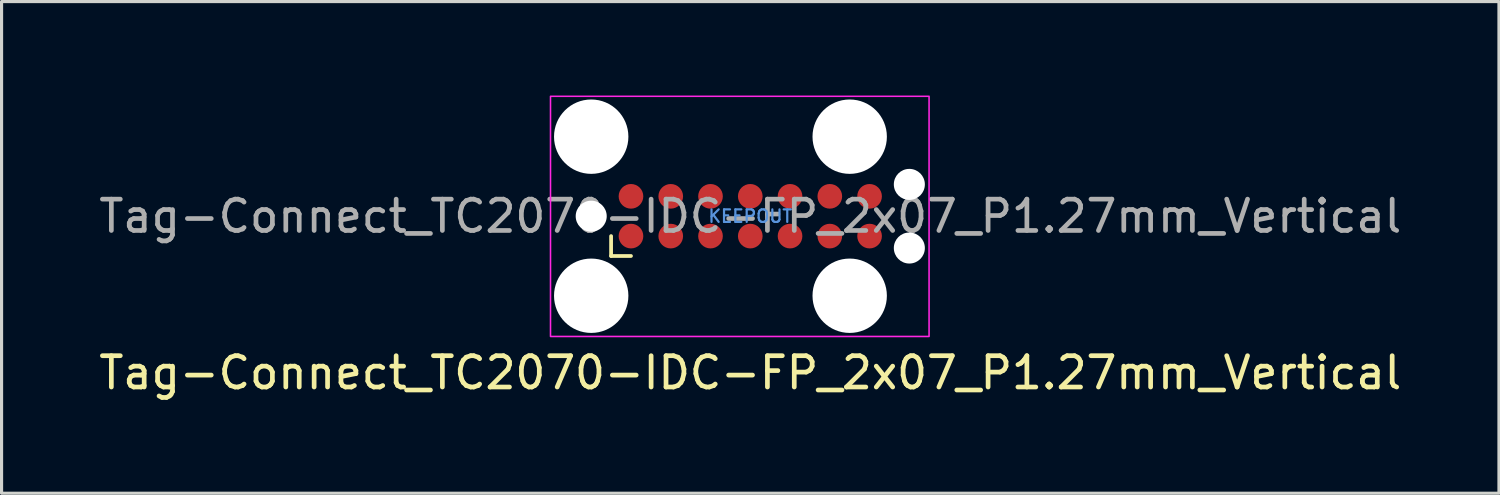
<source format=kicad_pcb>
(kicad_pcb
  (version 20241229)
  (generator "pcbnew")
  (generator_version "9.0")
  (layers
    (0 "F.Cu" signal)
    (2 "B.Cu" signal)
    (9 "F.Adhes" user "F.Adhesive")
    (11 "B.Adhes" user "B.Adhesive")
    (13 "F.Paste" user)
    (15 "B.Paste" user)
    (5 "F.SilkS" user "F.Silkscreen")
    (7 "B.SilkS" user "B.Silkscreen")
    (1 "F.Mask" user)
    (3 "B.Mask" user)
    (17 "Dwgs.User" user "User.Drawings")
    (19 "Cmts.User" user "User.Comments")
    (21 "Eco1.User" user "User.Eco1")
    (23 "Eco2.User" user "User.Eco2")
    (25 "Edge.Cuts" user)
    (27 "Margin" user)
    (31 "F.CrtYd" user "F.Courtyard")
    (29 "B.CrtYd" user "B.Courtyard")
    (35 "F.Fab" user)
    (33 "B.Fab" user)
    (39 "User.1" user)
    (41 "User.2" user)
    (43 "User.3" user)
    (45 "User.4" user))
  (footprint "Tag-Connect_TC2070-IDC-FP_2x07_P1.27mm_Vertical"
    (layer "F.Cu")
    (at 20.911 3.855)
    (property "Reference" "Tag-Connect_TC2070-IDC-FP_2x07_P1.27mm_Vertical" (at 0 5 0) (layer "F.SilkS") (effects (font (size 1 1) (thickness 0.15))))
    (attr exclude_from_pos_files exclude_from_bom allow_missing_courtyard dnp)
    (fp_line (start -4.445 0.635) (end -4.445 1.27) (stroke (width 0.12) (type solid)) (layer "F.SilkS"))
    (fp_line (start -4.445 1.27) (end -3.81 1.27) (stroke (width 0.12) (type solid)) (layer "F.SilkS"))
    (fp_rect (start -6.38 -3.83) (end 5.71 3.84) (stroke (width 0.05) (type solid)) (fill no) (layer "F.CrtYd"))
    (fp_text user "KEEPOUT" (at 0 0 0) (layer "Cmts.User") (effects (font (size 0.4 0.4) (thickness 0.07))))
    (fp_text user "${REFERENCE}" (at 0 0 0) (layer "F.Fab") (effects (font (size 1 1) (thickness 0.15))))
    (pad "" np_thru_hole circle (at -5.08 -2.54) (size 2.375 2.375) (drill 2.375) (layers "*.Cu" "*.Mask"))
    (pad "" np_thru_hole circle (at -5.08 0) (size 0.991 0.991) (drill 0.991) (layers "*.Cu" "*.Mask"))
    (pad "" np_thru_hole circle (at -5.08 2.54) (size 2.375 2.375) (drill 2.375) (layers "*.Cu" "*.Mask"))
    (pad "" np_thru_hole circle (at 3.175 -2.54) (size 2.375 2.375) (drill 2.375) (layers "*.Cu" "*.Mask"))
    (pad "" np_thru_hole circle (at 3.175 2.54) (size 2.375 2.375) (drill 2.375) (layers "*.Cu" "*.Mask"))
    (pad "" np_thru_hole circle (at 5.08 -1.016) (size 0.991 0.991) (drill 0.991) (layers "*.Cu" "*.Mask"))
    (pad "" np_thru_hole circle (at 5.08 1.016) (size 0.991 0.991) (drill 0.991) (layers "*.Cu" "*.Mask"))
    (pad "1" connect circle (at -3.81 0.635) (size 0.787 0.787) (layers "F.Cu" "F.Mask"))
    (pad "2" connect circle (at -2.54 0.635) (size 0.787 0.787) (layers "F.Cu" "F.Mask"))
    (pad "3" connect circle (at -1.27 0.635) (size 0.787 0.787) (layers "F.Cu" "F.Mask"))
    (pad "4" connect circle (at 0 0.635) (size 0.787 0.787) (layers "F.Cu" "F.Mask"))
    (pad "5" connect circle (at 1.27 0.635) (size 0.787 0.787) (layers "F.Cu" "F.Mask"))
    (pad "6" connect circle (at 2.54 0.635) (size 0.787 0.787) (layers "F.Cu" "F.Mask"))
    (pad "7" connect circle (at 3.81 0.635) (size 0.787 0.787) (layers "F.Cu" "F.Mask"))
    (pad "8" connect circle (at 3.81 -0.635) (size 0.787 0.787) (layers "F.Cu" "F.Mask"))
    (pad "9" connect circle (at 2.54 -0.635) (size 0.787 0.787) (layers "F.Cu" "F.Mask"))
    (pad "10" connect circle (at 1.27 -0.635) (size 0.787 0.787) (layers "F.Cu" "F.Mask"))
    (pad "11" connect circle (at 0 -0.635) (size 0.787 0.787) (layers "F.Cu" "F.Mask"))
    (pad "12" connect circle (at -1.27 -0.635) (size 0.787 0.787) (layers "F.Cu" "F.Mask"))
    (pad "13" connect circle (at -2.54 -0.635) (size 0.787 0.787) (layers "F.Cu" "F.Mask"))
    (pad "14" connect circle (at -3.81 -0.635) (size 0.787 0.787) (layers "F.Cu" "F.Mask"))
    (zone (net_name "") (layer "F.Cu") (hatch full 0.508) (connect_pads) (min_thickness 0.254) (filled_areas_thickness no) (keepout (tracks allowed) (vias not_allowed) (pads allowed) (copperpour not_allowed) (footprints not_allowed)) (placement (enabled no)) (fill) (polygon (pts (xy 24.721 3.22) (xy 17.101 3.22) (xy 17.101 4.49) (xy 24.721 4.49)))))
  (gr_rect
    (start -3 -3)
    (end 44.821 12.703)
    (stroke (width 0.1) (type default))
    (fill no)
    (layer "Edge.Cuts")))
</source>
